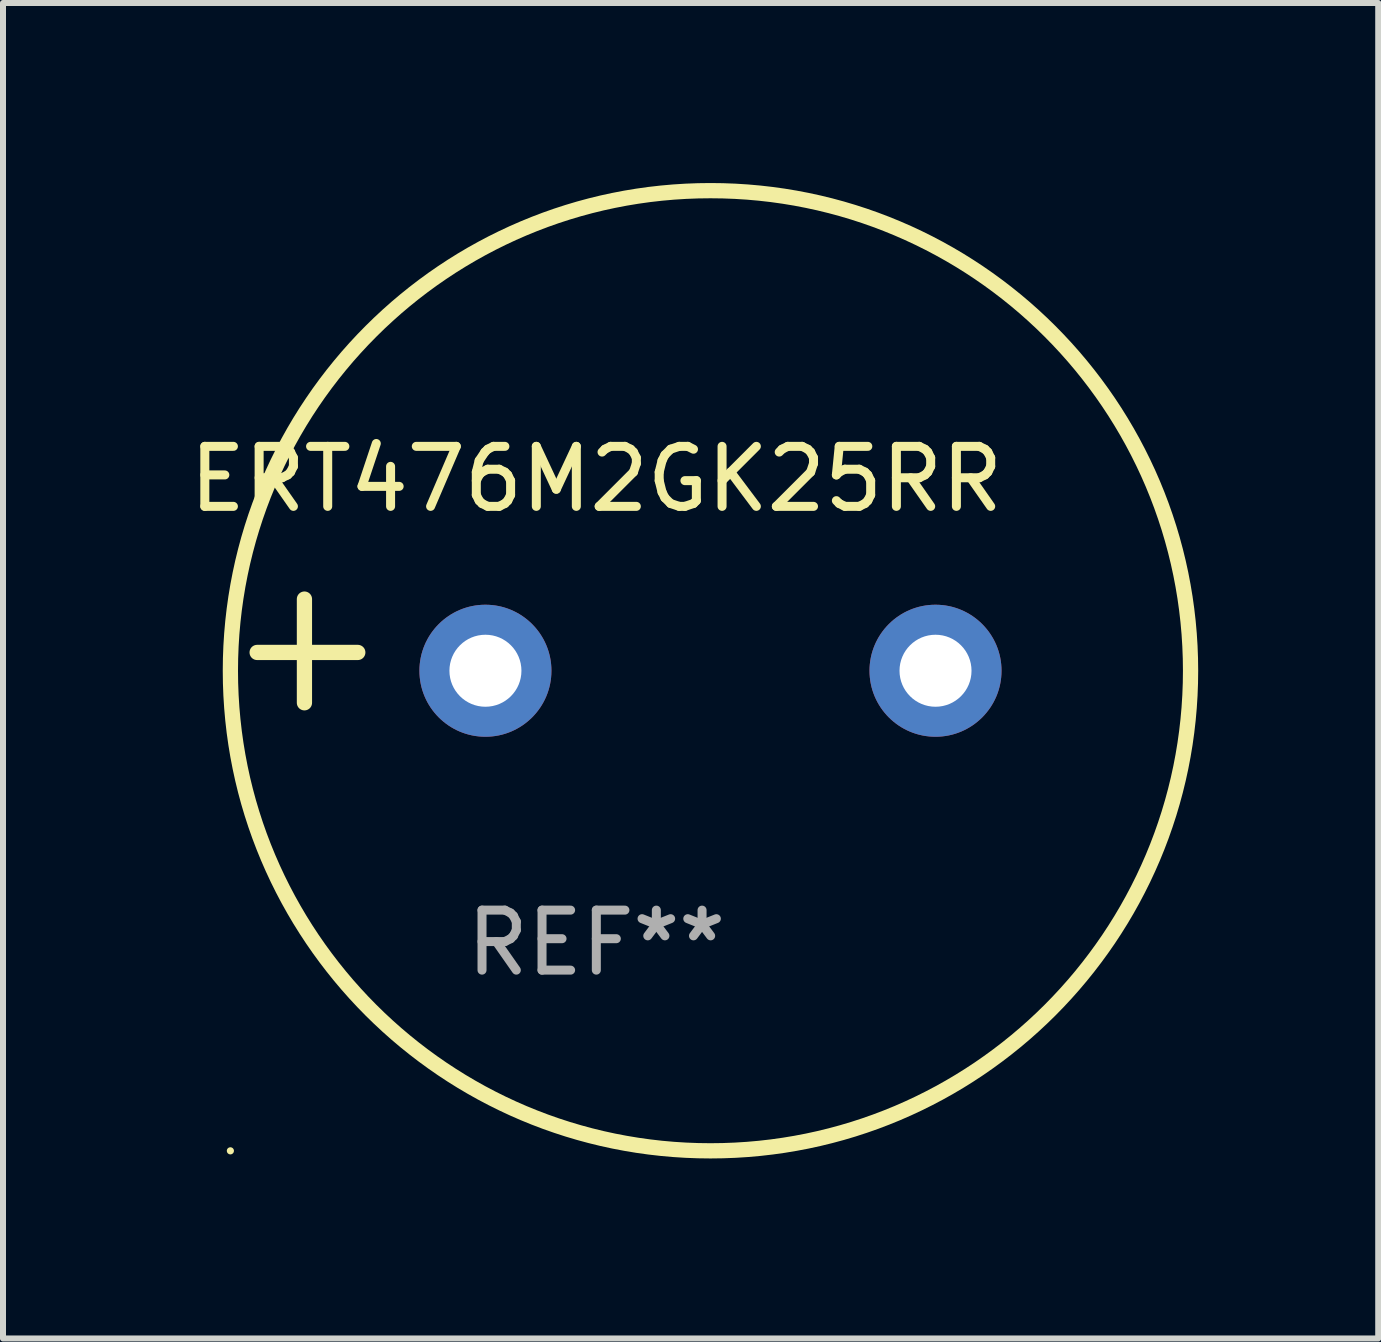
<source format=kicad_pcb>
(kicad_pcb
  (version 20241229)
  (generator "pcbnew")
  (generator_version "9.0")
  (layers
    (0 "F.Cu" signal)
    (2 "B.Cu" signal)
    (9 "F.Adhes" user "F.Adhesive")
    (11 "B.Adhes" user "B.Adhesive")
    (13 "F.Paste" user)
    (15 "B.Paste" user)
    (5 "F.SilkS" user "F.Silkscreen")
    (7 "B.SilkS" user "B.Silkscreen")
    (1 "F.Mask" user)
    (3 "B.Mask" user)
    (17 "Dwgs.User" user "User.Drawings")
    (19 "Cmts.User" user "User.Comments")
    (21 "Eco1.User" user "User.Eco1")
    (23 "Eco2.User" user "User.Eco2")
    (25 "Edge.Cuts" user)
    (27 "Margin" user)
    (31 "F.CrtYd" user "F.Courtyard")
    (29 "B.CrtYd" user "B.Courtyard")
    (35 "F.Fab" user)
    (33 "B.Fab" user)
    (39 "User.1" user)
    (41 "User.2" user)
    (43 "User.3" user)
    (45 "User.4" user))
  (footprint "ERT476M2GK25RR"
    (layer "F.Cu")
    (at 6.887 7.797)
    (property "Reference" "ERT476M2GK25RR" (at 0 -2.864 0) (layer "F.SilkS") (effects (font (size 1 1) (thickness 0.15))))
    (attr through_hole)
    (fp_line (start -4.864 0.864) (end -4.864 -0.864) (stroke (width 0.254) (type solid)) (layer "F.SilkS"))
    (fp_line (start -3.975 0.025) (end -5.652 0.025) (stroke (width 0.254) (type solid)) (layer "F.SilkS"))
    (fp_circle (center -6.098 8.33) (end -6.068 8.33) (stroke (width 0.06) (type solid)) (fill no) (layer "F.SilkS"))
    (fp_circle (center 1.902 0.33) (end 9.902 0.33) (stroke (width 0.254) (type solid)) (fill no) (layer "F.SilkS"))
    (fp_text user "REF**" (at 0 4.864 0) (layer "F.Fab") (effects (font (size 1 1) (thickness 0.15))))
    (pad "1" thru_hole circle (at -1.848 0.33) (size 2.2 2.2) (drill 1.2) (layers "*.Cu" "*.Mask"))
    (pad "2" thru_hole circle (at 5.652 0.33) (size 2.2 2.2) (drill 1.2) (layers "*.Cu" "*.Mask")))
  (gr_rect
    (start -3 -3)
    (end 19.916 19.254)
    (stroke (width 0.1) (type default))
    (fill no)
    (layer "Edge.Cuts")))
</source>
